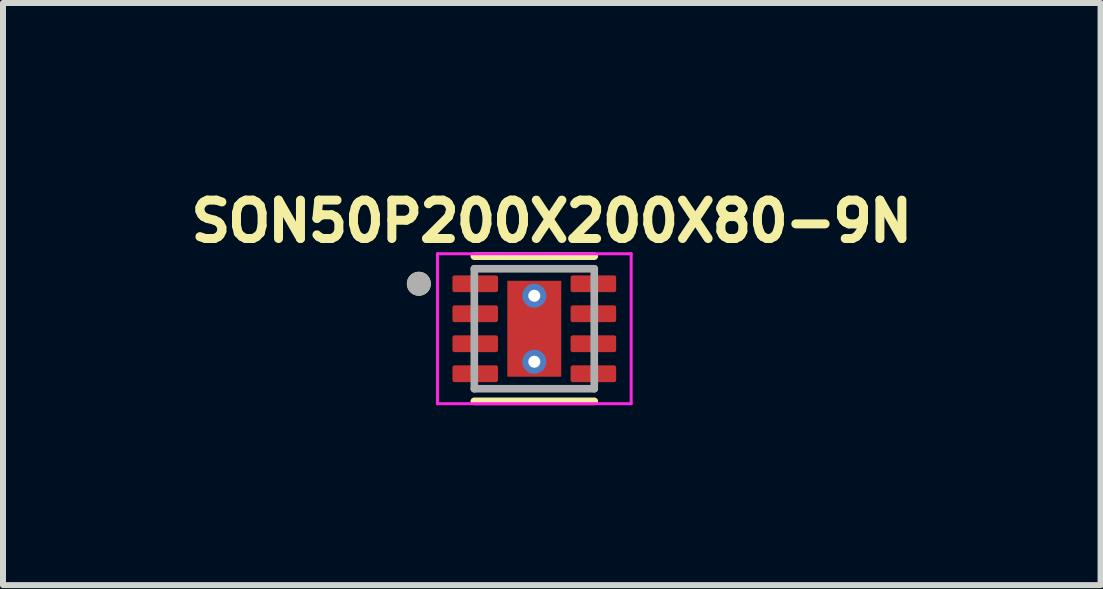
<source format=kicad_pcb>
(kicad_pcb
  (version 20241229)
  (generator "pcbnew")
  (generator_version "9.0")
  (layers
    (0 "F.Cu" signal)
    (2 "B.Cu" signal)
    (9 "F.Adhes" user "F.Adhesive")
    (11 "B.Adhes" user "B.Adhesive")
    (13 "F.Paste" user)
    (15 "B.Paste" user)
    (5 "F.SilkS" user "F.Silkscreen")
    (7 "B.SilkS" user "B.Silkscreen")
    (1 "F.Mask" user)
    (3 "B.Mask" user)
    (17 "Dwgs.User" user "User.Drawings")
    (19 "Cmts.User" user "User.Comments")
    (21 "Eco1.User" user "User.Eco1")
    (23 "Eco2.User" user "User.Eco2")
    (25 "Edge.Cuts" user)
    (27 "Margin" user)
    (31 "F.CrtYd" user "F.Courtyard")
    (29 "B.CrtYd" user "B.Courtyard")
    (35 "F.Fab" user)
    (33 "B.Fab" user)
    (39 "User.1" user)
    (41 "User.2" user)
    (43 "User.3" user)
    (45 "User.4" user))
  (footprint "SON50P200X200X80-9N"
    (layer "F.Cu")
    (at 5.858 2.431)
    (property "Reference" "SON50P200X200X80-9N" (at 0.292 -1.793 0) (layer "F.SilkS") (effects (font (size 0.64 0.64) (thickness 0.15))))
    (attr smd)
    (fp_line (start -1 -1.21) (end 1 -1.21) (stroke (width 0.127) (type solid)) (layer "F.SilkS"))
    (fp_line (start -1 1.21) (end 1 1.21) (stroke (width 0.127) (type solid)) (layer "F.SilkS"))
    (fp_circle (center -1.925 -0.75) (end -1.825 -0.75) (stroke (width 0.2) (type solid)) (fill no) (layer "F.SilkS"))
    (fp_poly (pts (xy -0.284 -0.506) (xy 0.284 -0.506) (xy 0.284 0.506) (xy -0.284 0.506)) (stroke (width 0.01) (type solid)) (fill yes) (layer "F.Paste"))
    (fp_line (start -1.615 -1.25) (end -1.615 1.25) (stroke (width 0.05) (type solid)) (layer "F.CrtYd"))
    (fp_line (start -1.615 -1.25) (end 1.615 -1.25) (stroke (width 0.05) (type solid)) (layer "F.CrtYd"))
    (fp_line (start -1.615 1.25) (end 1.615 1.25) (stroke (width 0.05) (type solid)) (layer "F.CrtYd"))
    (fp_line (start 1.615 -1.25) (end 1.615 1.25) (stroke (width 0.05) (type solid)) (layer "F.CrtYd"))
    (fp_line (start -1 -1) (end -1 1) (stroke (width 0.127) (type solid)) (layer "F.Fab"))
    (fp_line (start -1 -1) (end 1 -1) (stroke (width 0.127) (type solid)) (layer "F.Fab"))
    (fp_line (start -1 1) (end 1 1) (stroke (width 0.127) (type solid)) (layer "F.Fab"))
    (fp_line (start 1 -1) (end 1 1) (stroke (width 0.127) (type solid)) (layer "F.Fab"))
    (fp_circle (center -1.925 -0.75) (end -1.825 -0.75) (stroke (width 0.2) (type solid)) (fill no) (layer "F.Fab"))
    (pad "1" smd roundrect (at -0.985 -0.75) (size 0.76 0.28) (layers "F.Cu" "F.Mask" "F.Paste") (roundrect_rratio 0.125))
    (pad "2" smd roundrect (at -0.985 -0.25) (size 0.76 0.28) (layers "F.Cu" "F.Mask" "F.Paste") (roundrect_rratio 0.125))
    (pad "3" smd roundrect (at -0.985 0.25) (size 0.76 0.28) (layers "F.Cu" "F.Mask" "F.Paste") (roundrect_rratio 0.125))
    (pad "4" smd roundrect (at -0.985 0.75) (size 0.76 0.28) (layers "F.Cu" "F.Mask" "F.Paste") (roundrect_rratio 0.125))
    (pad "5" smd roundrect (at 0.985 0.75) (size 0.76 0.28) (layers "F.Cu" "F.Mask" "F.Paste") (roundrect_rratio 0.125))
    (pad "6" smd roundrect (at 0.985 0.25) (size 0.76 0.28) (layers "F.Cu" "F.Mask" "F.Paste") (roundrect_rratio 0.125))
    (pad "7" smd roundrect (at 0.985 -0.25) (size 0.76 0.28) (layers "F.Cu" "F.Mask" "F.Paste") (roundrect_rratio 0.125))
    (pad "8" smd roundrect (at 0.985 -0.75) (size 0.76 0.28) (layers "F.Cu" "F.Mask" "F.Paste") (roundrect_rratio 0.125))
    (pad "9" smd rect (at 0 0) (size 0.9 1.6) (layers "F.Cu" "F.Mask"))
    (pad "10" thru_hole circle (at 0 -0.55) (size 0.4 0.4) (drill 0.2) (layers "*.Cu"))
    (pad "11" thru_hole circle (at 0 0.55) (size 0.4 0.4) (drill 0.2) (layers "*.Cu")))
  (gr_rect
    (start -3 -3)
    (end 15.299 6.706)
    (stroke (width 0.1) (type default))
    (fill no)
    (layer "Edge.Cuts")))
</source>
